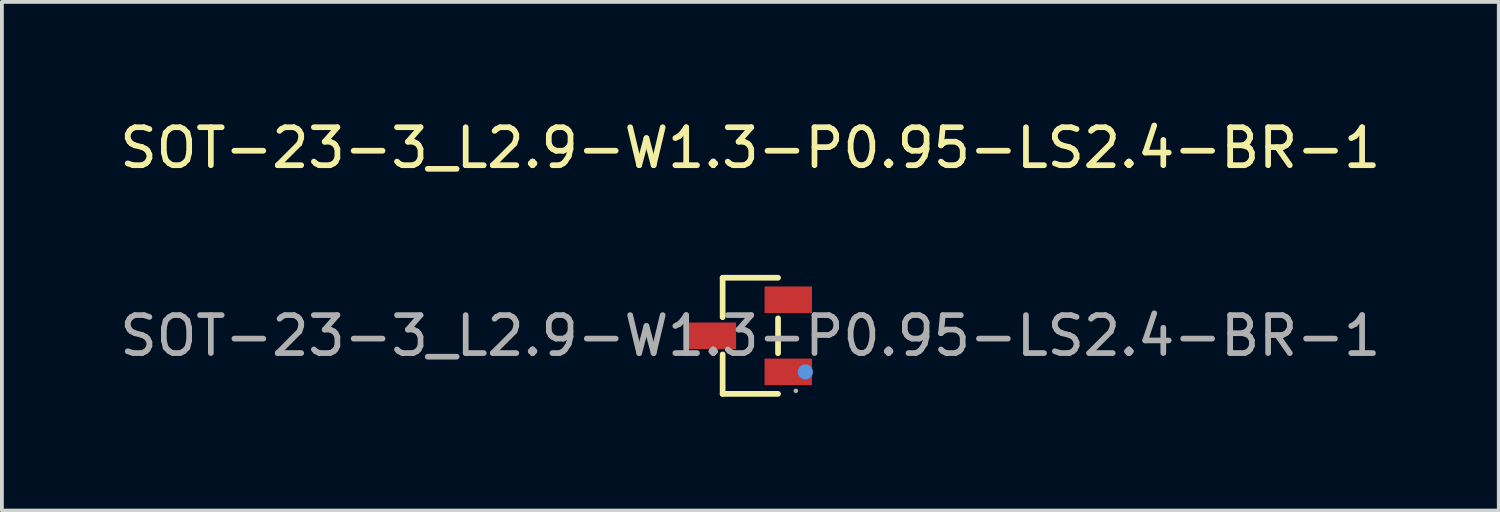
<source format=kicad_pcb>
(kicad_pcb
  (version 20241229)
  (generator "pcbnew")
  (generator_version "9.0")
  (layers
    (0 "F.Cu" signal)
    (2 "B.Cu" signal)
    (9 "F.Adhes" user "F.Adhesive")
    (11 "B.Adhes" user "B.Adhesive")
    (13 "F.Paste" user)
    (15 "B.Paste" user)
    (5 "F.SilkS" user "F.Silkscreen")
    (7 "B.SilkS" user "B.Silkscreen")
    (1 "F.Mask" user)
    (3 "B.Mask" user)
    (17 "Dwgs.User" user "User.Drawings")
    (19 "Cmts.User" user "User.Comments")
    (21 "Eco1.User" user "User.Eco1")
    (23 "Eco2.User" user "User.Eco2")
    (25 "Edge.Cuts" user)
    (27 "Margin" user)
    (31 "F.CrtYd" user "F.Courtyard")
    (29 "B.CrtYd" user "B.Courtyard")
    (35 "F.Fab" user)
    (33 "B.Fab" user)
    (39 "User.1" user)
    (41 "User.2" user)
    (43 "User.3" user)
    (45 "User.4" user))
  (footprint "SOT-23-3_L2.9-W1.3-P0.95-LS2.4-BR-1"
    (layer "F.Cu")
    (at 16.72 5.798)
    (property "Reference" "SOT-23-3_L2.9-W1.3-P0.95-LS2.4-BR-1" (at 0 -4.95 0) (layer "F.SilkS") (effects (font (size 1 1) (thickness 0.15))))
    (attr smd)
    (fp_line (start -0.73 -1.53) (end -0.73 -0.49) (stroke (width 0.15) (type solid)) (layer "F.SilkS"))
    (fp_line (start -0.73 1.53) (end -0.73 0.49) (stroke (width 0.15) (type solid)) (layer "F.SilkS"))
    (fp_line (start 0.73 -1.53) (end -0.73 -1.53) (stroke (width 0.15) (type solid)) (layer "F.SilkS"))
    (fp_line (start 0.73 -0.46) (end 0.73 0.46) (stroke (width 0.15) (type solid)) (layer "F.SilkS"))
    (fp_line (start 0.73 1.53) (end -0.73 1.53) (stroke (width 0.15) (type solid)) (layer "F.SilkS"))
    (fp_circle (center 1.45 0.95) (end 1.55 0.95) (stroke (width 0.2) (type solid)) (fill no) (layer "Cmts.User"))
    (fp_circle (center 1.2 1.45) (end 1.23 1.45) (stroke (width 0.06) (type solid)) (fill no) (layer "F.Fab"))
    (fp_text user "${REFERENCE}" (at 0 0 0) (layer "F.Fab") (effects (font (size 1 1) (thickness 0.15))))
    (pad "1" smd rect (at 1 0.95) (size 1.25 0.7) (layers "F.Cu" "F.Mask" "F.Paste"))
    (pad "2" smd rect (at 1 -0.95) (size 1.25 0.7) (layers "F.Cu" "F.Mask" "F.Paste"))
    (pad "3" smd rect (at -1 0) (size 1.25 0.7) (layers "F.Cu" "F.Mask" "F.Paste")))
  (gr_rect
    (start -3 -3)
    (end 36.44 10.403)
    (stroke (width 0.1) (type default))
    (fill no)
    (layer "Edge.Cuts")))
</source>
